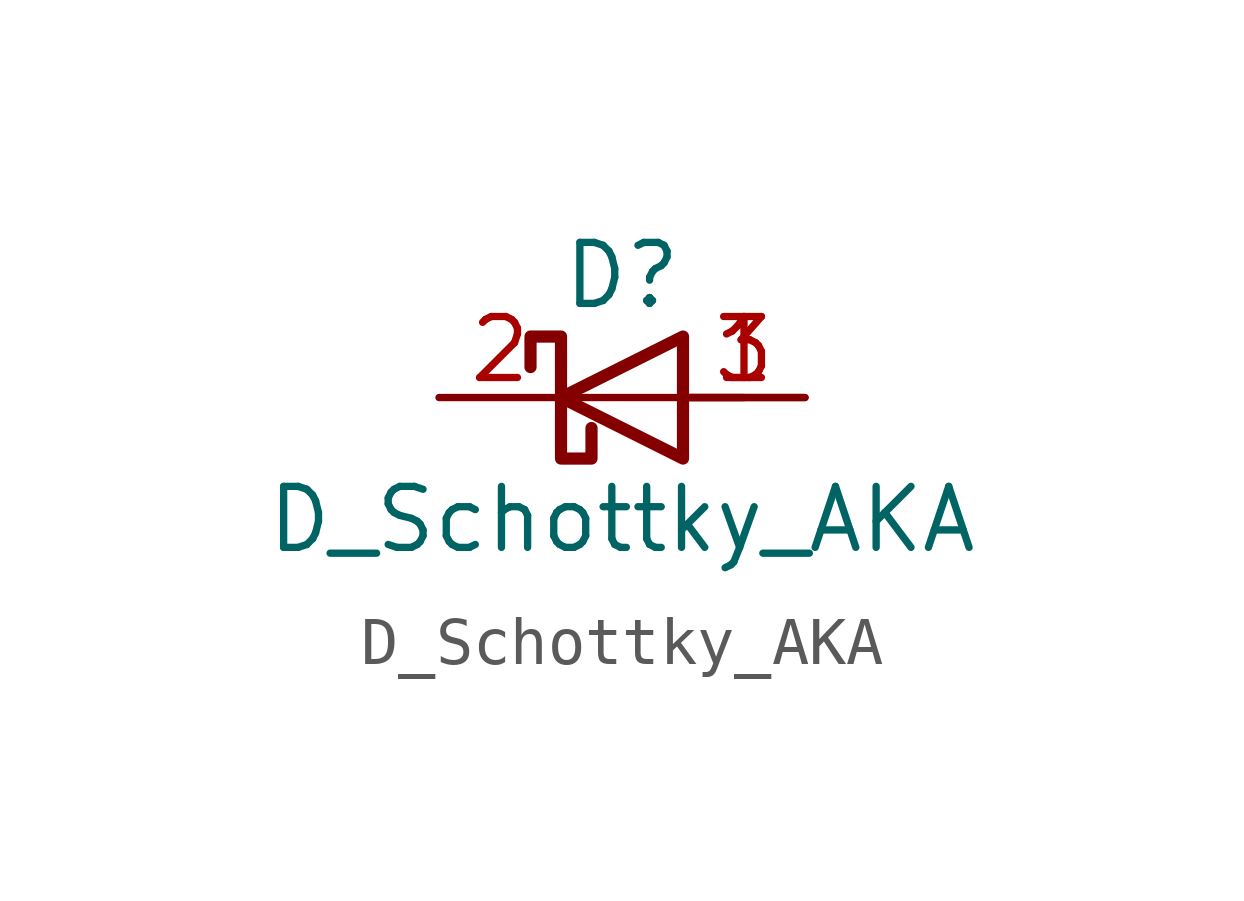
<source format=kicad_sym>
(kicad_symbol_lib
  (version 20220914)
  (generator kicad_symbol_editor)
  (symbol "D_Schottky_AKA"
    (pin_names
      (offset 0) hide)
    (property "Reference" "D"
      (at 0 2.54 0)
      (effects (font (size 1.27 1.27))))
    (property "Value" "D_Schottky_AKA"
      (at 0 -2.54 0)
      (effects (font (size 1.27 1.27))))
    (symbol "D_Schottky_AKA_0_1"
      (polyline (pts (xy 1.27 1.27) (xy 1.27 -1.27) (xy -1.27 0) (xy 1.27 1.27)) (stroke (width 0.254) (type default)) (fill (type none)))
      (polyline (pts (xy 2.54 0) (xy 2.54 0) (xy 2.54 0) (xy -1.27 0)) (stroke (width 0) (type default)) (fill (type none)))
      (polyline (pts (xy -1.905 0.635) (xy -1.905 1.27) (xy -1.27 1.27) (xy -1.27 -1.27) (xy -0.635 -1.27) (xy -0.635 -0.635)) (stroke (width 0.254) (type default)) (fill (type none))))
    (symbol "D_Schottky_AKA_1_1"
      (pin input line (at 3.81 0 180) (length 2.54) (name "A" (effects (font (size 1.27 1.27)))) (number "1" (effects (font (size 1.27 1.27)))))
      (pin passive line (at -3.81 0 0) (length 2.54) (name "K" (effects (font (size 1.27 1.27)))) (number "2" (effects (font (size 1.27 1.27)))))
      (pin passive line (at 3.81 0 180) (length 2.54) (name "A" (effects (font (size 1.27 1.27)))) (number "3" (effects (font (size 1.27 1.27))))))))
</source>
